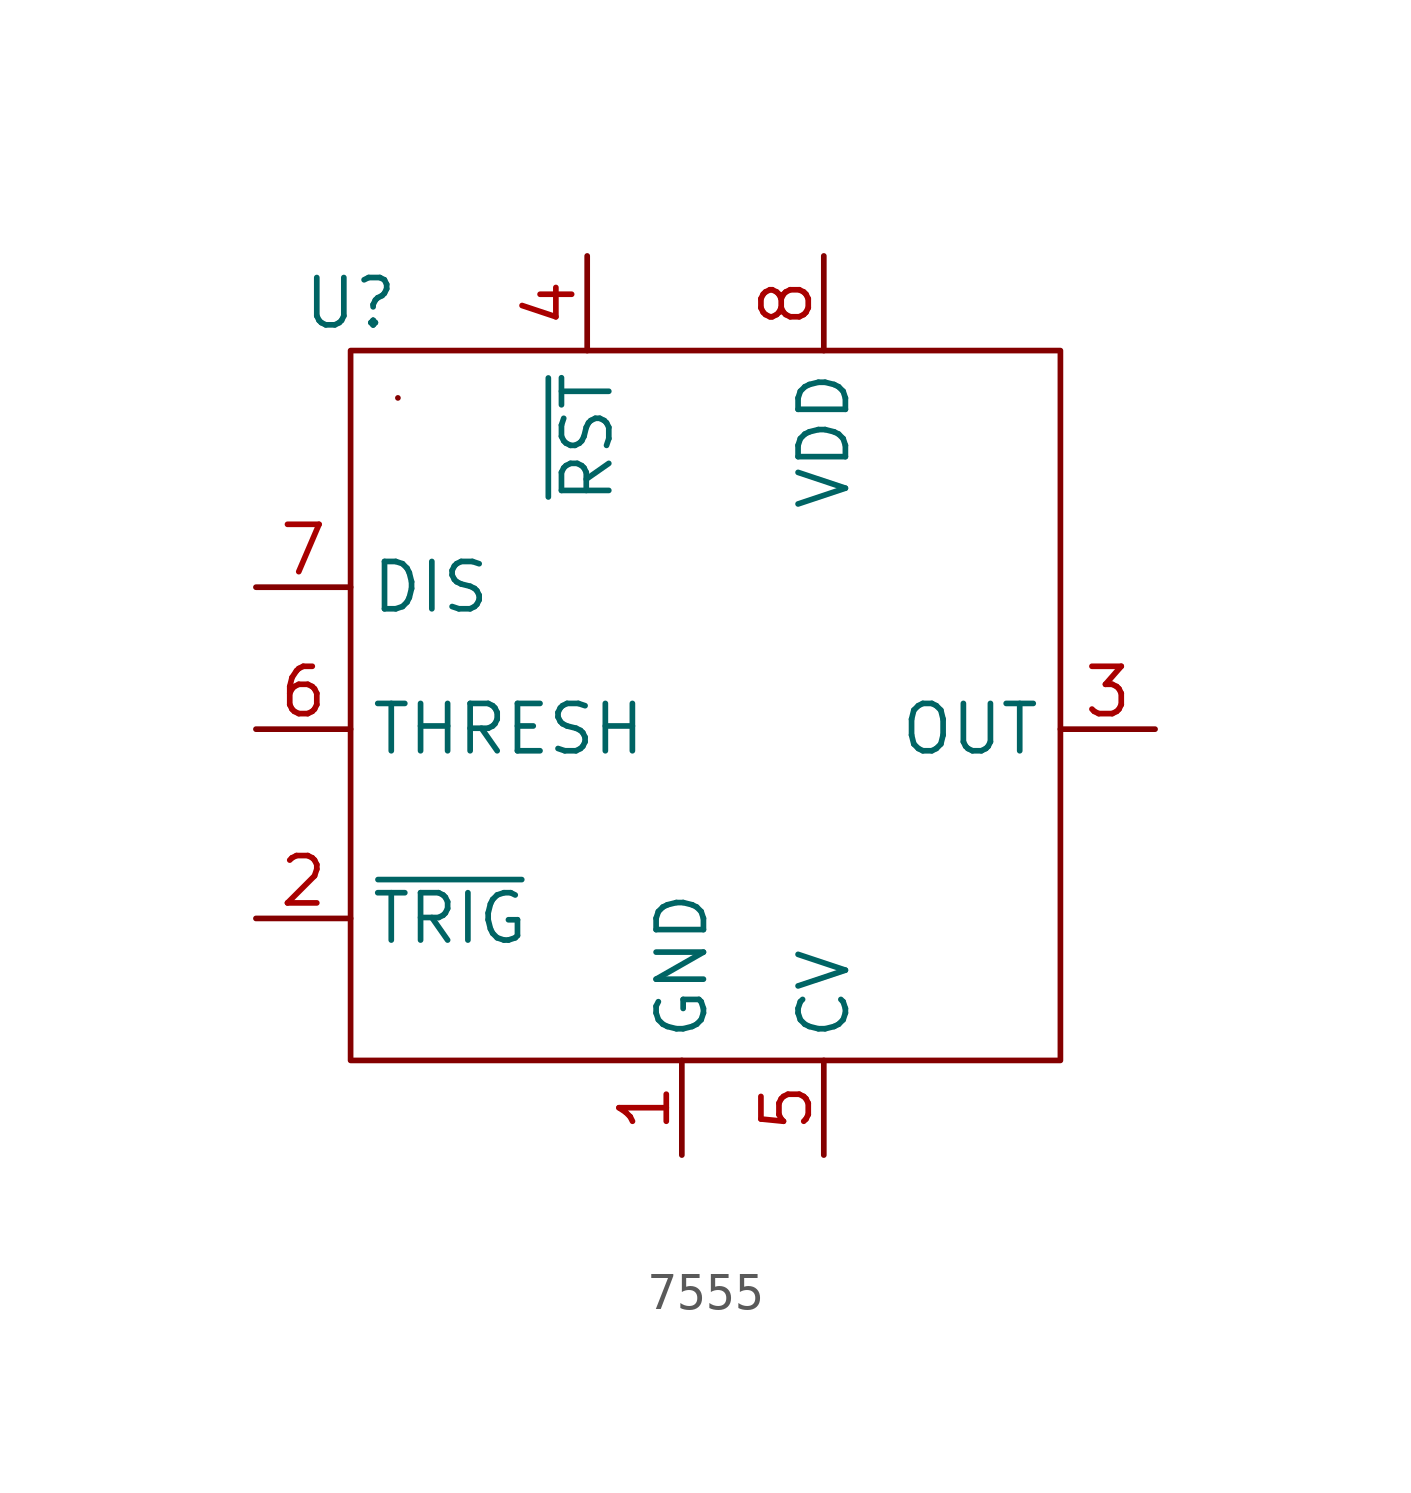
<source format=kicad_sym>
(kicad_symbol_lib
  (version 20220914)
  (generator kicad_symbol_editor)
  (symbol "7555"
    (property "Reference" "U"
      (at -10.16 10.16 0)
      (effects (font (size 1.27 1.27))))
    (property "Value" ""
      (at 2.54 -1.27 0)
      (effects (font (size 1.27 1.27))))
    (symbol "7555_0_1"
      (rectangle (start -10.16 8.89) (end 8.89 -10.16) (stroke (width 0) (type default)) (fill (type none)))
      (rectangle (start -8.89 7.62) (end -8.89 7.62) (stroke (width 0) (type default)) (fill (type none))))
    (symbol "7555_1_1"
      (pin input line (at -1.27 -12.7 90) (length 2.54) (name "GND" (effects (font (size 1.27 1.27)))) (number "1" (effects (font (size 1.27 1.27)))))
      (pin input line (at -12.7 -6.35 0) (length 2.54) (name "~{TRIG}" (effects (font (size 1.27 1.27)))) (number "2" (effects (font (size 1.27 1.27)))))
      (pin input line (at 11.43 -1.27 180) (length 2.54) (name "OUT" (effects (font (size 1.27 1.27)))) (number "3" (effects (font (size 1.27 1.27)))))
      (pin input line (at -3.81 11.43 270) (length 2.54) (name "~{RST}" (effects (font (size 1.27 1.27)))) (number "4" (effects (font (size 1.27 1.27)))))
      (pin input line (at 2.54 -12.7 90) (length 2.54) (name "CV" (effects (font (size 1.27 1.27)))) (number "5" (effects (font (size 1.27 1.27)))))
      (pin input line (at -12.7 -1.27 0) (length 2.54) (name "THRESH" (effects (font (size 1.27 1.27)))) (number "6" (effects (font (size 1.27 1.27)))))
      (pin input line (at -12.7 2.54 0) (length 2.54) (name "DIS" (effects (font (size 1.27 1.27)))) (number "7" (effects (font (size 1.27 1.27)))))
      (pin input line (at 2.54 11.43 270) (length 2.54) (name "VDD" (effects (font (size 1.27 1.27)))) (number "8" (effects (font (size 1.27 1.27))))))))
</source>
